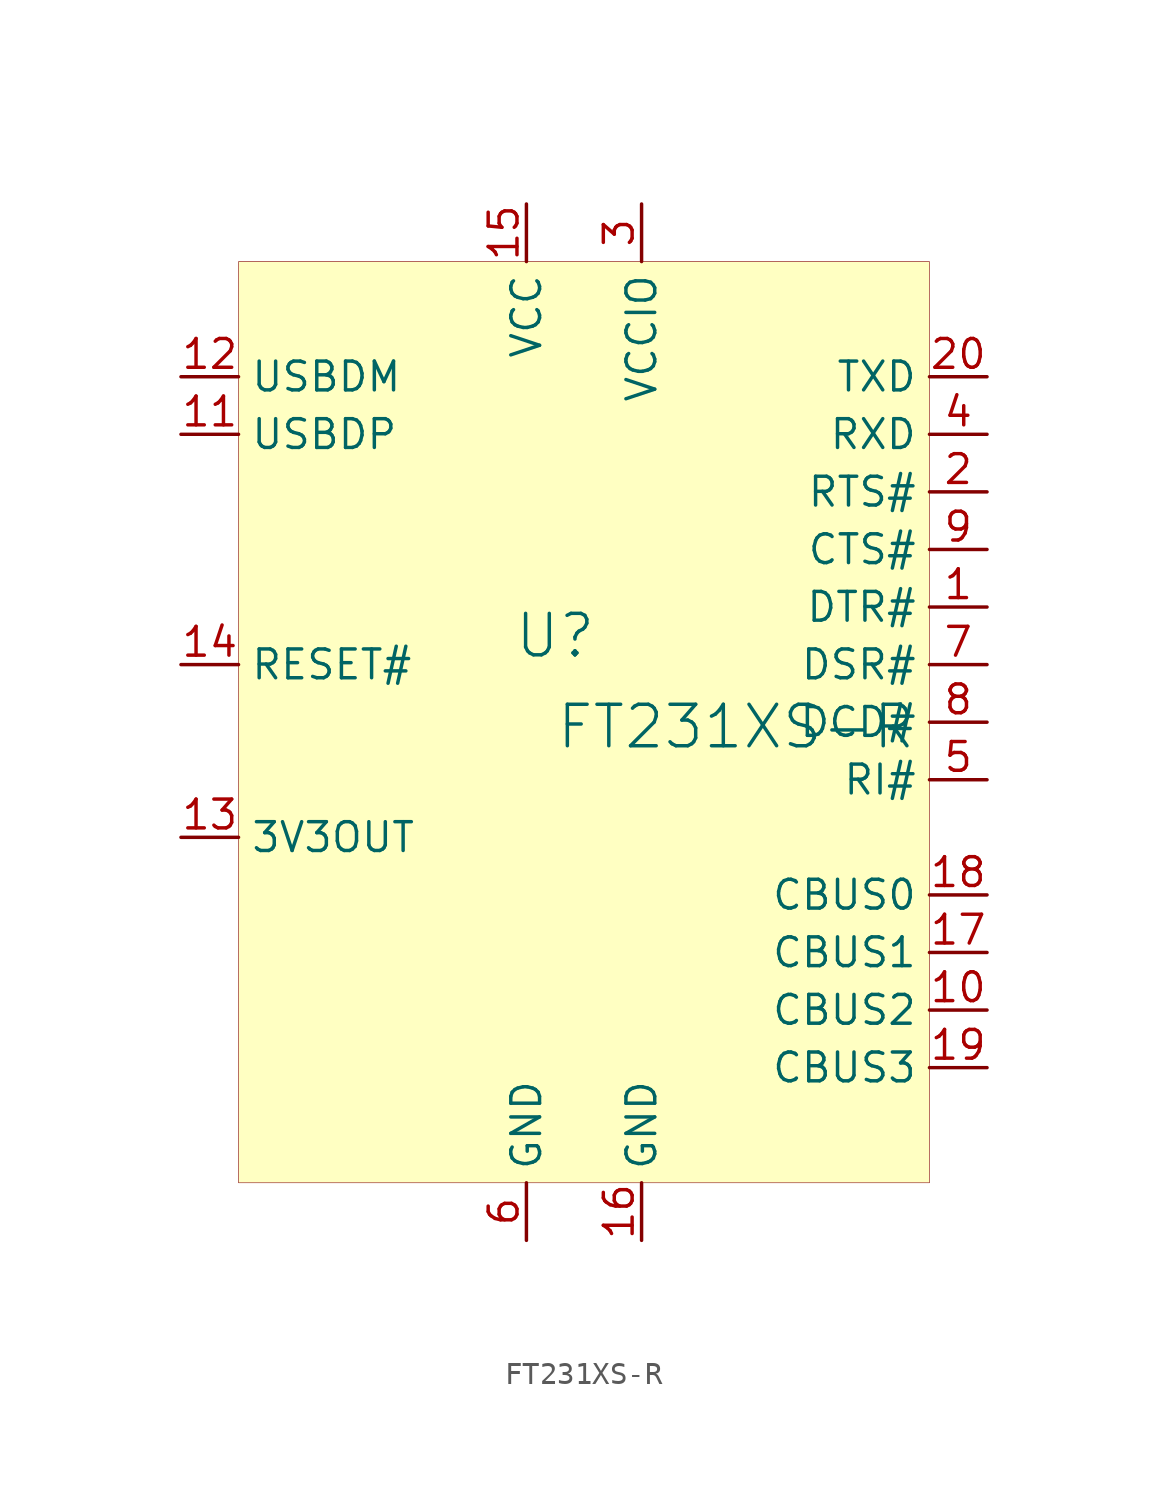
<source format=kicad_sym>
(kicad_symbol_lib
  (version 20231120)
  (generator "kicad_symbol_editor")
  (generator_version "8.0")
  (symbol "FT231XS-R"
    (property "Reference" "U"
      (at -1.27 1.27 0)
      (effects (font (size 1.829 1.829))))
    (property "Value" "FT231XS-R"
      (at -1.27 -3.81 0)
      (effects (font (size 1.829 1.829)) (justify left bottom)))
    (symbol "FT231XS-R_1_0"
      (rectangle (start 15.24 17.78) (end -15.24 -22.86) (stroke (width 0.025) (type solid) (color 128 0 0 1)) (fill (type background)))
      (pin passive line (at 17.78 2.54 180) (length 2.54) (name "DTR#" (effects (font (size 1.27 1.27)))) (number "1" (effects (font (size 1.27 1.27)))))
      (pin passive line (at 17.78 -15.24 180) (length 2.54) (name "CBUS2" (effects (font (size 1.27 1.27)))) (number "10" (effects (font (size 1.27 1.27)))))
      (pin passive line (at -17.78 10.16 0) (length 2.54) (name "USBDP" (effects (font (size 1.27 1.27)))) (number "11" (effects (font (size 1.27 1.27)))))
      (pin passive line (at -17.78 12.7 0) (length 2.54) (name "USBDM" (effects (font (size 1.27 1.27)))) (number "12" (effects (font (size 1.27 1.27)))))
      (pin passive line (at -17.78 -7.62 0) (length 2.54) (name "3V3OUT" (effects (font (size 1.27 1.27)))) (number "13" (effects (font (size 1.27 1.27)))))
      (pin passive line (at -17.78 0 0) (length 2.54) (name "RESET#" (effects (font (size 1.27 1.27)))) (number "14" (effects (font (size 1.27 1.27)))))
      (pin passive line (at -2.54 20.32 270) (length 2.54) (name "VCC" (effects (font (size 1.27 1.27)))) (number "15" (effects (font (size 1.27 1.27)))))
      (pin passive line (at 2.54 -25.4 90) (length 2.54) (name "GND" (effects (font (size 1.27 1.27)))) (number "16" (effects (font (size 1.27 1.27)))))
      (pin passive line (at 17.78 -12.7 180) (length 2.54) (name "CBUS1" (effects (font (size 1.27 1.27)))) (number "17" (effects (font (size 1.27 1.27)))))
      (pin passive line (at 17.78 -10.16 180) (length 2.54) (name "CBUS0" (effects (font (size 1.27 1.27)))) (number "18" (effects (font (size 1.27 1.27)))))
      (pin passive line (at 17.78 -17.78 180) (length 2.54) (name "CBUS3" (effects (font (size 1.27 1.27)))) (number "19" (effects (font (size 1.27 1.27)))))
      (pin passive line (at 17.78 7.62 180) (length 2.54) (name "RTS#" (effects (font (size 1.27 1.27)))) (number "2" (effects (font (size 1.27 1.27)))))
      (pin passive line (at 17.78 12.7 180) (length 2.54) (name "TXD" (effects (font (size 1.27 1.27)))) (number "20" (effects (font (size 1.27 1.27)))))
      (pin passive line (at 2.54 20.32 270) (length 2.54) (name "VCCIO" (effects (font (size 1.27 1.27)))) (number "3" (effects (font (size 1.27 1.27)))))
      (pin passive line (at 17.78 10.16 180) (length 2.54) (name "RXD" (effects (font (size 1.27 1.27)))) (number "4" (effects (font (size 1.27 1.27)))))
      (pin passive line (at 17.78 -5.08 180) (length 2.54) (name "RI#" (effects (font (size 1.27 1.27)))) (number "5" (effects (font (size 1.27 1.27)))))
      (pin passive line (at -2.54 -25.4 90) (length 2.54) (name "GND" (effects (font (size 1.27 1.27)))) (number "6" (effects (font (size 1.27 1.27)))))
      (pin passive line (at 17.78 0 180) (length 2.54) (name "DSR#" (effects (font (size 1.27 1.27)))) (number "7" (effects (font (size 1.27 1.27)))))
      (pin passive line (at 17.78 -2.54 180) (length 2.54) (name "DCD#" (effects (font (size 1.27 1.27)))) (number "8" (effects (font (size 1.27 1.27)))))
      (pin passive line (at 17.78 5.08 180) (length 2.54) (name "CTS#" (effects (font (size 1.27 1.27)))) (number "9" (effects (font (size 1.27 1.27))))))))
</source>
